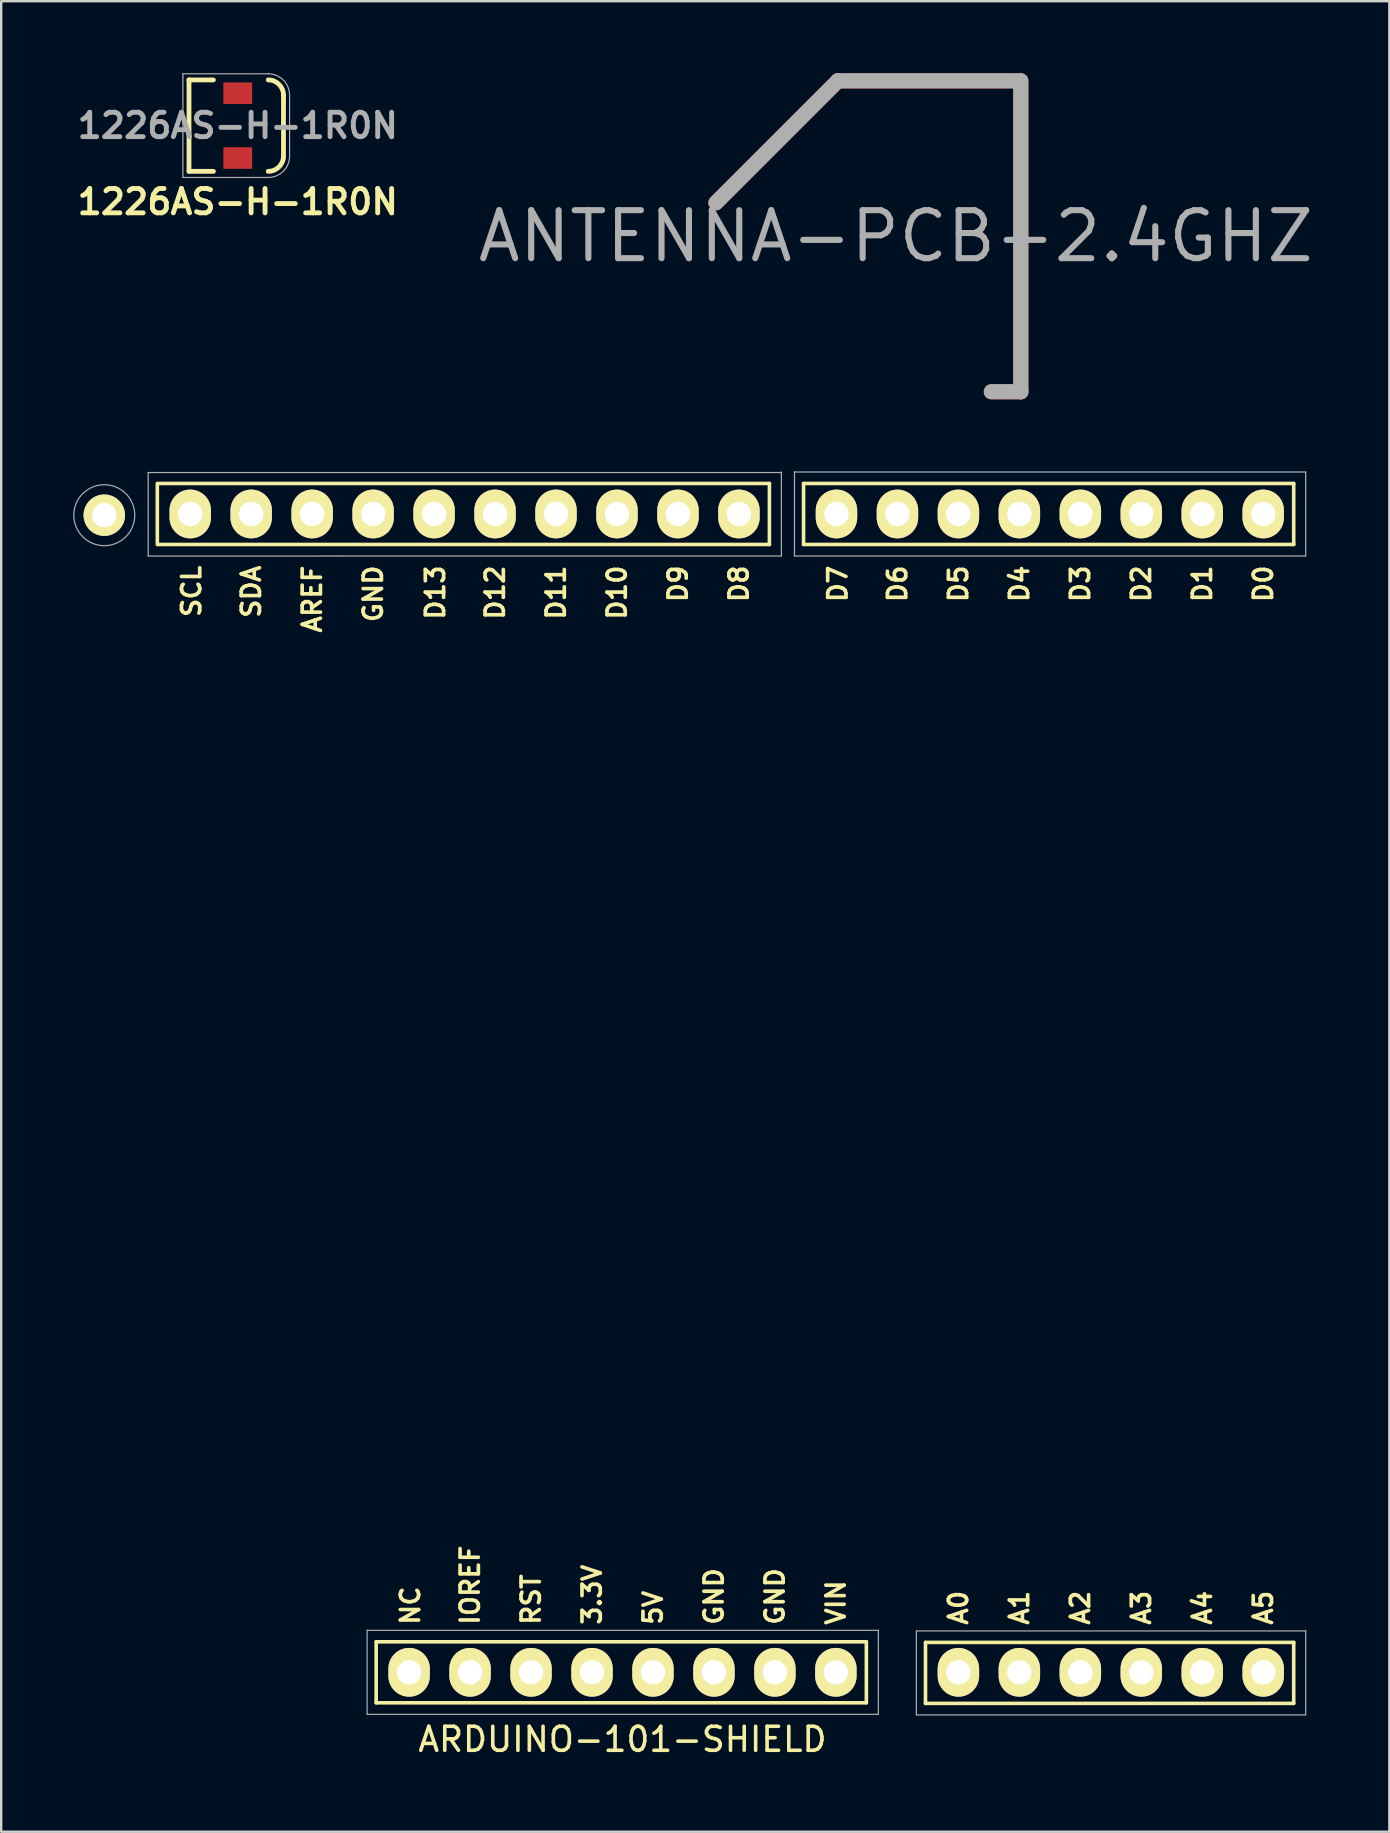
<source format=kicad_pcb>
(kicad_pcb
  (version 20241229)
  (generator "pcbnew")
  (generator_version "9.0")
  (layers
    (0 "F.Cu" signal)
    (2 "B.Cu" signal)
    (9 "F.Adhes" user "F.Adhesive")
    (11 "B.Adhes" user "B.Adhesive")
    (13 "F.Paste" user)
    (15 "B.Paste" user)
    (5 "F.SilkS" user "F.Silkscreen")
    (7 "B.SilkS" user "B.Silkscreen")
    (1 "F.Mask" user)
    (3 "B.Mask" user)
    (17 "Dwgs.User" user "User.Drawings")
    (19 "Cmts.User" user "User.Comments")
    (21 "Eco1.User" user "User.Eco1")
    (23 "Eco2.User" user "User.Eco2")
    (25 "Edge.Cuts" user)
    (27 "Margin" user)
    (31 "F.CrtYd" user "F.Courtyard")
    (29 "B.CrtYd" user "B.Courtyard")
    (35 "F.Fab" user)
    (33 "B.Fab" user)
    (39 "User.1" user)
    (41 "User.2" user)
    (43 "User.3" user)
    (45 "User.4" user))
  (footprint "ARDUINO-101-SHIELD"
    (layer "F.Cu")
    (at 8.915 66.624)
    (property "Reference" "ARDUINO-101-SHIELD" (at 13.97 2.794 0) (layer "F.SilkS") (effects (font (size 1 1) (thickness 0.15))))
    (attr through_hole)
    (fp_line (start -5.41 -46.99) (end -5.41 -49.53) (stroke (width 0.15) (type solid)) (layer "F.SilkS"))
    (fp_line (start -5.385 -46.99) (end 20.091 -46.99) (stroke (width 0.15) (type solid)) (layer "F.SilkS"))
    (fp_line (start 3.708 1.27) (end 3.708 -1.27) (stroke (width 0.15) (type solid)) (layer "F.SilkS"))
    (fp_line (start 3.708 1.27) (end 24.13 1.27) (stroke (width 0.15) (type solid)) (layer "F.SilkS"))
    (fp_line (start 20.091 -49.53) (end -5.385 -49.53) (stroke (width 0.15) (type solid)) (layer "F.SilkS"))
    (fp_line (start 20.091 -46.99) (end 20.091 -49.53) (stroke (width 0.15) (type solid)) (layer "F.SilkS"))
    (fp_line (start 21.514 -46.99) (end 21.514 -49.53) (stroke (width 0.15) (type solid)) (layer "F.SilkS"))
    (fp_line (start 21.514 -46.99) (end 41.935 -46.99) (stroke (width 0.15) (type solid)) (layer "F.SilkS"))
    (fp_line (start 24.13 -1.27) (end 3.708 -1.27) (stroke (width 0.15) (type solid)) (layer "F.SilkS"))
    (fp_line (start 24.13 1.27) (end 24.13 -1.27) (stroke (width 0.15) (type solid)) (layer "F.SilkS"))
    (fp_line (start 26.594 1.295) (end 26.594 -1.245) (stroke (width 0.15) (type solid)) (layer "F.SilkS"))
    (fp_line (start 26.594 1.295) (end 41.935 1.295) (stroke (width 0.15) (type solid)) (layer "F.SilkS"))
    (fp_line (start 41.935 -49.53) (end 21.514 -49.53) (stroke (width 0.15) (type solid)) (layer "F.SilkS"))
    (fp_line (start 41.935 -46.99) (end 41.935 -49.53) (stroke (width 0.15) (type solid)) (layer "F.SilkS"))
    (fp_line (start 41.935 -1.245) (end 26.594 -1.245) (stroke (width 0.15) (type solid)) (layer "F.SilkS"))
    (fp_line (start 41.935 1.295) (end 41.935 -1.245) (stroke (width 0.15) (type solid)) (layer "F.SilkS"))
    (fp_line (start -5.791 -49.987) (end -5.791 -46.507) (stroke (width 0.05) (type solid)) (layer "F.Fab"))
    (fp_line (start -5.791 -49.987) (end 20.591 -49.987) (stroke (width 0.05) (type solid)) (layer "F.Fab"))
    (fp_line (start -5.791 -46.507) (end 20.591 -46.51) (stroke (width 0.05) (type solid)) (layer "F.Fab"))
    (fp_line (start 3.33 -1.75) (end 3.33 1.75) (stroke (width 0.05) (type solid)) (layer "F.Fab"))
    (fp_line (start 3.33 -1.75) (end 24.63 -1.75) (stroke (width 0.05) (type solid)) (layer "F.Fab"))
    (fp_line (start 3.33 1.75) (end 24.63 1.75) (stroke (width 0.05) (type solid)) (layer "F.Fab"))
    (fp_line (start 20.591 -50.01) (end 20.591 -46.51) (stroke (width 0.05) (type solid)) (layer "F.Fab"))
    (fp_line (start 21.135 -50.01) (end 21.135 -46.51) (stroke (width 0.05) (type solid)) (layer "F.Fab"))
    (fp_line (start 21.135 -50.01) (end 42.435 -50.01) (stroke (width 0.05) (type solid)) (layer "F.Fab"))
    (fp_line (start 21.135 -46.51) (end 42.435 -46.51) (stroke (width 0.05) (type solid)) (layer "F.Fab"))
    (fp_line (start 24.63 -1.75) (end 24.63 1.75) (stroke (width 0.05) (type solid)) (layer "F.Fab"))
    (fp_line (start 26.215 -1.725) (end 26.215 1.775) (stroke (width 0.05) (type solid)) (layer "F.Fab"))
    (fp_line (start 26.215 -1.725) (end 42.435 -1.725) (stroke (width 0.05) (type solid)) (layer "F.Fab"))
    (fp_line (start 26.215 1.775) (end 42.435 1.775) (stroke (width 0.05) (type solid)) (layer "F.Fab"))
    (fp_line (start 42.435 -50.01) (end 42.435 -46.51) (stroke (width 0.05) (type solid)) (layer "F.Fab"))
    (fp_line (start 42.435 -1.725) (end 42.435 1.775) (stroke (width 0.05) (type solid)) (layer "F.Fab"))
    (fp_circle (center -7.62 -48.209) (end -6.858 -47.193) (stroke (width 0.05) (type solid)) (fill no) (layer "F.Fab"))
    (fp_text user "D11" (at 11.201 -44.987 90) (layer "F.SilkS") (effects (font (size 0.762 0.762) (thickness 0.152))))
    (fp_text user "A5" (at 40.665 -2.689 90) (layer "F.SilkS") (effects (font (size 0.762 0.762) (thickness 0.152))))
    (fp_text user "D0" (at 40.665 -45.35 90) (layer "F.SilkS") (effects (font (size 0.762 0.762) (thickness 0.152))))
    (fp_text user "D6" (at 25.425 -45.35 90) (layer "F.SilkS") (effects (font (size 0.762 0.762) (thickness 0.152))))
    (fp_text user "D1" (at 38.125 -45.35 90) (layer "F.SilkS") (effects (font (size 0.762 0.762) (thickness 0.152))))
    (fp_text user "D12" (at 8.661 -44.987 90) (layer "F.SilkS") (effects (font (size 0.762 0.762) (thickness 0.152))))
    (fp_text user "IOREF" (at 7.62 -3.632 90) (layer "F.SilkS") (effects (font (size 0.762 0.762) (thickness 0.152))))
    (fp_text user "D7" (at 22.936 -45.35 90) (layer "F.SilkS") (effects (font (size 0.762 0.762) (thickness 0.152))))
    (fp_text user "GND" (at 20.32 -3.16 90) (layer "F.SilkS") (effects (font (size 0.762 0.762) (thickness 0.152))))
    (fp_text user "A2" (at 33.045 -2.689 90) (layer "F.SilkS") (effects (font (size 0.762 0.762) (thickness 0.152))))
    (fp_text user "D3" (at 33.045 -45.35 90) (layer "F.SilkS") (effects (font (size 0.762 0.762) (thickness 0.152))))
    (fp_text user "A4" (at 38.125 -2.689 90) (layer "F.SilkS") (effects (font (size 0.762 0.762) (thickness 0.152))))
    (fp_text user "D4" (at 30.505 -45.35 90) (layer "F.SilkS") (effects (font (size 0.762 0.762) (thickness 0.152))))
    (fp_text user "GND" (at 17.78 -3.16 90) (layer "F.SilkS") (effects (font (size 0.762 0.762) (thickness 0.152))))
    (fp_text user "AREF" (at 1.041 -44.715 90) (layer "F.SilkS") (effects (font (size 0.762 0.762) (thickness 0.152))))
    (fp_text user "3.3V" (at 12.7 -3.233 90) (layer "F.SilkS") (effects (font (size 0.762 0.762) (thickness 0.152))))
    (fp_text user "SDA" (at -1.499 -45.023 90) (layer "F.SilkS") (effects (font (size 0.762 0.762) (thickness 0.152))))
    (fp_text user "VIN" (at 22.86 -2.906 90) (layer "F.SilkS") (effects (font (size 0.762 0.762) (thickness 0.152))))
    (fp_text user "D10" (at 13.741 -44.987 90) (layer "F.SilkS") (effects (font (size 0.762 0.762) (thickness 0.152))))
    (fp_text user "A1" (at 30.505 -2.689 90) (layer "F.SilkS") (effects (font (size 0.762 0.762) (thickness 0.152))))
    (fp_text user "D9" (at 16.281 -45.35 90) (layer "F.SilkS") (effects (font (size 0.762 0.762) (thickness 0.152))))
    (fp_text user "D5" (at 27.965 -45.35 90) (layer "F.SilkS") (effects (font (size 0.762 0.762) (thickness 0.152))))
    (fp_text user "RST" (at 10.16 -3.033 90) (layer "F.SilkS") (effects (font (size 0.762 0.762) (thickness 0.152))))
    (fp_text user "A0" (at 27.965 -2.689 90) (layer "F.SilkS") (effects (font (size 0.762 0.762) (thickness 0.152))))
    (fp_text user "A3" (at 35.585 -2.689 90) (layer "F.SilkS") (effects (font (size 0.762 0.762) (thickness 0.152))))
    (fp_text user "5V" (at 15.24 -2.689 90) (layer "F.SilkS") (effects (font (size 0.762 0.762) (thickness 0.152))))
    (fp_text user "SCL" (at -3.988 -45.041 90) (layer "F.SilkS") (effects (font (size 0.762 0.762) (thickness 0.152))))
    (fp_text user "D2" (at 35.585 -45.35 90) (layer "F.SilkS") (effects (font (size 0.762 0.762) (thickness 0.152))))
    (fp_text user "D8" (at 18.821 -45.35 90) (layer "F.SilkS") (effects (font (size 0.762 0.762) (thickness 0.152))))
    (fp_text user "D13" (at 6.172 -44.987 90) (layer "F.SilkS") (effects (font (size 0.762 0.762) (thickness 0.152))))
    (fp_text user "GND" (at 3.581 -44.933 90) (layer "F.SilkS") (effects (font (size 0.762 0.762) (thickness 0.152))))
    (fp_text user "NC" (at 5.131 -2.779 90) (layer "F.SilkS") (effects (font (size 0.762 0.762) (thickness 0.152))))
    (pad "3V3" thru_hole oval (at 12.7 0) (size 1.727 2.032) (drill 1.016) (layers "*.Cu" "*.Mask" "F.SilkS"))
    (pad "5V" thru_hole oval (at 15.24 0) (size 1.727 2.032) (drill 1.016) (layers "*.Cu" "*.Mask" "F.SilkS"))
    (pad "A0" thru_hole oval (at 27.965 0) (size 1.727 2.032) (drill 1.016) (layers "*.Cu" "*.Mask" "F.SilkS"))
    (pad "A1" thru_hole oval (at 30.505 0) (size 1.727 2.032) (drill 1.016) (layers "*.Cu" "*.Mask" "F.SilkS"))
    (pad "A2" thru_hole oval (at 33.045 0) (size 1.727 2.032) (drill 1.016) (layers "*.Cu" "*.Mask" "F.SilkS"))
    (pad "A3" thru_hole oval (at 35.585 0) (size 1.727 2.032) (drill 1.016) (layers "*.Cu" "*.Mask" "F.SilkS"))
    (pad "A4" thru_hole oval (at 38.125 0) (size 1.727 2.032) (drill 1.016) (layers "*.Cu" "*.Mask" "F.SilkS"))
    (pad "A5" thru_hole oval (at 40.665 0) (size 1.727 2.032) (drill 1.016) (layers "*.Cu" "*.Mask" "F.SilkS"))
    (pad "AREF" thru_hole oval (at 1.041 -48.26) (size 1.727 2.032) (drill 1.016) (layers "*.Cu" "*.Mask" "F.SilkS"))
    (pad "D0" thru_hole oval (at 40.665 -48.26) (size 1.727 2.032) (drill 1.016) (layers "*.Cu" "*.Mask" "F.SilkS"))
    (pad "D1" thru_hole oval (at 38.125 -48.26) (size 1.727 2.032) (drill 1.016) (layers "*.Cu" "*.Mask" "F.SilkS"))
    (pad "D2" thru_hole oval (at 35.585 -48.26) (size 1.727 2.032) (drill 1.016) (layers "*.Cu" "*.Mask" "F.SilkS"))
    (pad "D3" thru_hole oval (at 33.045 -48.26) (size 1.727 2.032) (drill 1.016) (layers "*.Cu" "*.Mask" "F.SilkS"))
    (pad "D4" thru_hole oval (at 30.505 -48.26) (size 1.727 2.032) (drill 1.016) (layers "*.Cu" "*.Mask" "F.SilkS"))
    (pad "D5" thru_hole oval (at 27.965 -48.26) (size 1.727 2.032) (drill 1.016) (layers "*.Cu" "*.Mask" "F.SilkS"))
    (pad "D6" thru_hole oval (at 25.425 -48.26) (size 1.727 2.032) (drill 1.016) (layers "*.Cu" "*.Mask" "F.SilkS"))
    (pad "D7" thru_hole oval (at 22.885 -48.26) (size 1.727 2.032) (drill 1.016) (layers "*.Cu" "*.Mask" "F.SilkS"))
    (pad "D8" thru_hole oval (at 18.821 -48.26) (size 1.727 2.032) (drill 1.016) (layers "*.Cu" "*.Mask" "F.SilkS"))
    (pad "D9" thru_hole oval (at 16.281 -48.26) (size 1.727 2.032) (drill 1.016) (layers "*.Cu" "*.Mask" "F.SilkS"))
    (pad "D10" thru_hole oval (at 13.741 -48.26) (size 1.727 2.032) (drill 1.016) (layers "*.Cu" "*.Mask" "F.SilkS"))
    (pad "D11" thru_hole oval (at 11.201 -48.26) (size 1.727 2.032) (drill 1.016) (layers "*.Cu" "*.Mask" "F.SilkS"))
    (pad "D12" thru_hole oval (at 8.661 -48.26) (size 1.727 2.032) (drill 1.016) (layers "*.Cu" "*.Mask" "F.SilkS"))
    (pad "D13" thru_hole oval (at 6.121 -48.26) (size 1.727 2.032) (drill 1.016) (layers "*.Cu" "*.Mask" "F.SilkS"))
    (pad "GND1" thru_hole oval (at 17.78 0) (size 1.727 2.032) (drill 1.016) (layers "*.Cu" "*.Mask" "F.SilkS"))
    (pad "GND2" thru_hole oval (at 20.32 0) (size 1.727 2.032) (drill 1.016) (layers "*.Cu" "*.Mask" "F.SilkS"))
    (pad "GND3" thru_hole oval (at 3.581 -48.26) (size 1.727 2.032) (drill 1.016) (layers "*.Cu" "*.Mask" "F.SilkS"))
    (pad "H1" thru_hole circle (at -7.62 -48.209) (size 1.727 1.727) (drill 1.016) (layers "*.Cu" "*.Mask" "F.SilkS"))
    (pad "IO" thru_hole oval (at 7.62 0) (size 1.727 2.032) (drill 1.016) (layers "*.Cu" "*.Mask" "F.SilkS"))
    (pad "NC" thru_hole oval (at 5.08 0) (size 1.727 2.032) (drill 1.016) (layers "*.Cu" "*.Mask" "F.SilkS"))
    (pad "RST" thru_hole oval (at 10.16 0) (size 1.727 2.032) (drill 1.016) (layers "*.Cu" "*.Mask" "F.SilkS"))
    (pad "SCL" thru_hole oval (at -4.039 -48.26) (size 1.727 2.032) (drill 1.016) (layers "*.Cu" "*.Mask" "F.SilkS"))
    (pad "SDA" thru_hole oval (at -1.499 -48.26) (size 1.727 2.032) (drill 1.016) (layers "*.Cu" "*.Mask" "F.SilkS"))
    (pad "VIN" thru_hole oval (at 22.86 0) (size 1.727 2.032) (drill 1.016) (layers "*.Cu" "*.Mask" "F.SilkS")))
  (footprint "ANTENNA-PCB-2.4GHZ"
    (layer "F.Cu")
    (at 26.78 5.397)
    (property "Reference" "ANTENNA-PCB-2.4GHZ" (at 7.493 1.397 0) (layer "F.Fab") (effects (font (size 2 2) (thickness 0.254))))
    (attr through_hole)
    (fp_line (start 5.08 -5.08) (end 0 0) (stroke (width 0.635) (type solid)) (layer "F.Cu"))
    (fp_line (start 11.473 7.874) (end 12.7 7.874) (stroke (width 0.635) (type solid)) (layer "F.Cu"))
    (fp_line (start 12.649 -5.08) (end 5.08 -5.08) (stroke (width 0.635) (type solid)) (layer "F.Cu"))
    (fp_line (start 12.7 7.874) (end 12.7 -5.08) (stroke (width 0.635) (type solid)) (layer "F.Cu"))
    (fp_line (start 5.08 -5.08) (end 0 0) (stroke (width 0.635) (type solid)) (layer "F.Mask"))
    (fp_line (start 11.473 7.874) (end 12.7 7.874) (stroke (width 0.635) (type solid)) (layer "F.Mask"))
    (fp_line (start 12.649 -5.08) (end 5.08 -5.08) (stroke (width 0.635) (type solid)) (layer "F.Mask"))
    (fp_line (start 12.7 7.874) (end 12.7 -5.08) (stroke (width 0.635) (type solid)) (layer "F.Mask"))
    (fp_line (start 5.08 -5.08) (end 0 0) (stroke (width 0.635) (type solid)) (layer "F.Fab"))
    (fp_line (start 11.473 7.874) (end 12.7 7.874) (stroke (width 0.635) (type solid)) (layer "F.Fab"))
    (fp_line (start 12.649 -5.08) (end 5.08 -5.08) (stroke (width 0.635) (type solid)) (layer "F.Fab"))
    (fp_line (start 12.7 7.874) (end 12.7 -5.08) (stroke (width 0.635) (type solid)) (layer "F.Fab"))
    (pad "GND" smd circle (at 0 0) (size 0.635 0.635) (layers "F.Cu")))
  (footprint "1226AS-H-1R0N"
    (layer "F.Cu")
    (at 6.856 2.184)
    (property "Reference" "1226AS-H-1R0N" (at 0 0 0) (layer "F.Fab") (effects (font (size 1.016 1.016) (thickness 0.203))))
    (attr through_hole)
    (fp_line (start -2.032 -1.905) (end -2.032 1.905) (stroke (width 0.2) (type solid)) (layer "F.SilkS"))
    (fp_line (start -2.032 1.905) (end -1.016 1.905) (stroke (width 0.2) (type solid)) (layer "F.SilkS"))
    (fp_line (start -1.016 -1.905) (end -2.032 -1.905) (stroke (width 0.2) (type solid)) (layer "F.SilkS"))
    (fp_line (start 1.905 -1.27) (end 1.905 1.27) (stroke (width 0.2) (type solid)) (layer "F.SilkS"))
    (fp_arc (start 1.27 -1.905) (mid 1.719013 -1.719013) (end 1.905 -1.27) (stroke (width 0.2) (type solid)) (layer "F.SilkS"))
    (fp_arc (start 1.905 1.27) (mid 1.719013 1.719013) (end 1.27 1.905) (stroke (width 0.2) (type solid)) (layer "F.SilkS"))
    (fp_line (start -2.286 -2.159) (end 1.27 -2.159) (stroke (width 0.05) (type solid)) (layer "F.Fab"))
    (fp_line (start -2.286 2.159) (end -2.286 -2.159) (stroke (width 0.05) (type solid)) (layer "F.Fab"))
    (fp_line (start -2.286 2.159) (end 1.27 2.159) (stroke (width 0.05) (type solid)) (layer "F.Fab"))
    (fp_line (start 2.159 -1.27) (end 2.159 1.27) (stroke (width 0.05) (type solid)) (layer "F.Fab"))
    (fp_arc (start 1.27 -2.159) (mid 1.898618 -1.898618) (end 2.159 -1.27) (stroke (width 0.05) (type solid)) (layer "F.Fab"))
    (fp_arc (start 2.159 1.27) (mid 1.898618 1.898618) (end 1.27 2.159) (stroke (width 0.05) (type solid)) (layer "F.Fab"))
    (fp_text user "${REFERENCE}" (at 0 3.175 0) (layer "F.SilkS") (effects (font (size 1.016 1.016) (thickness 0.203))))
    (pad "1" smd rect (at 0 -1.35) (size 1.2 0.9) (layers "F.Cu" "F.Mask" "F.Paste"))
    (pad "2" smd rect (at 0 1.35) (size 1.2 0.9) (layers "F.Cu" "F.Mask" "F.Paste")))
  (gr_rect
    (start -3 -3)
    (end 54.835 73.266)
    (stroke (width 0.1) (type default))
    (fill no)
    (layer "Edge.Cuts")))
</source>
